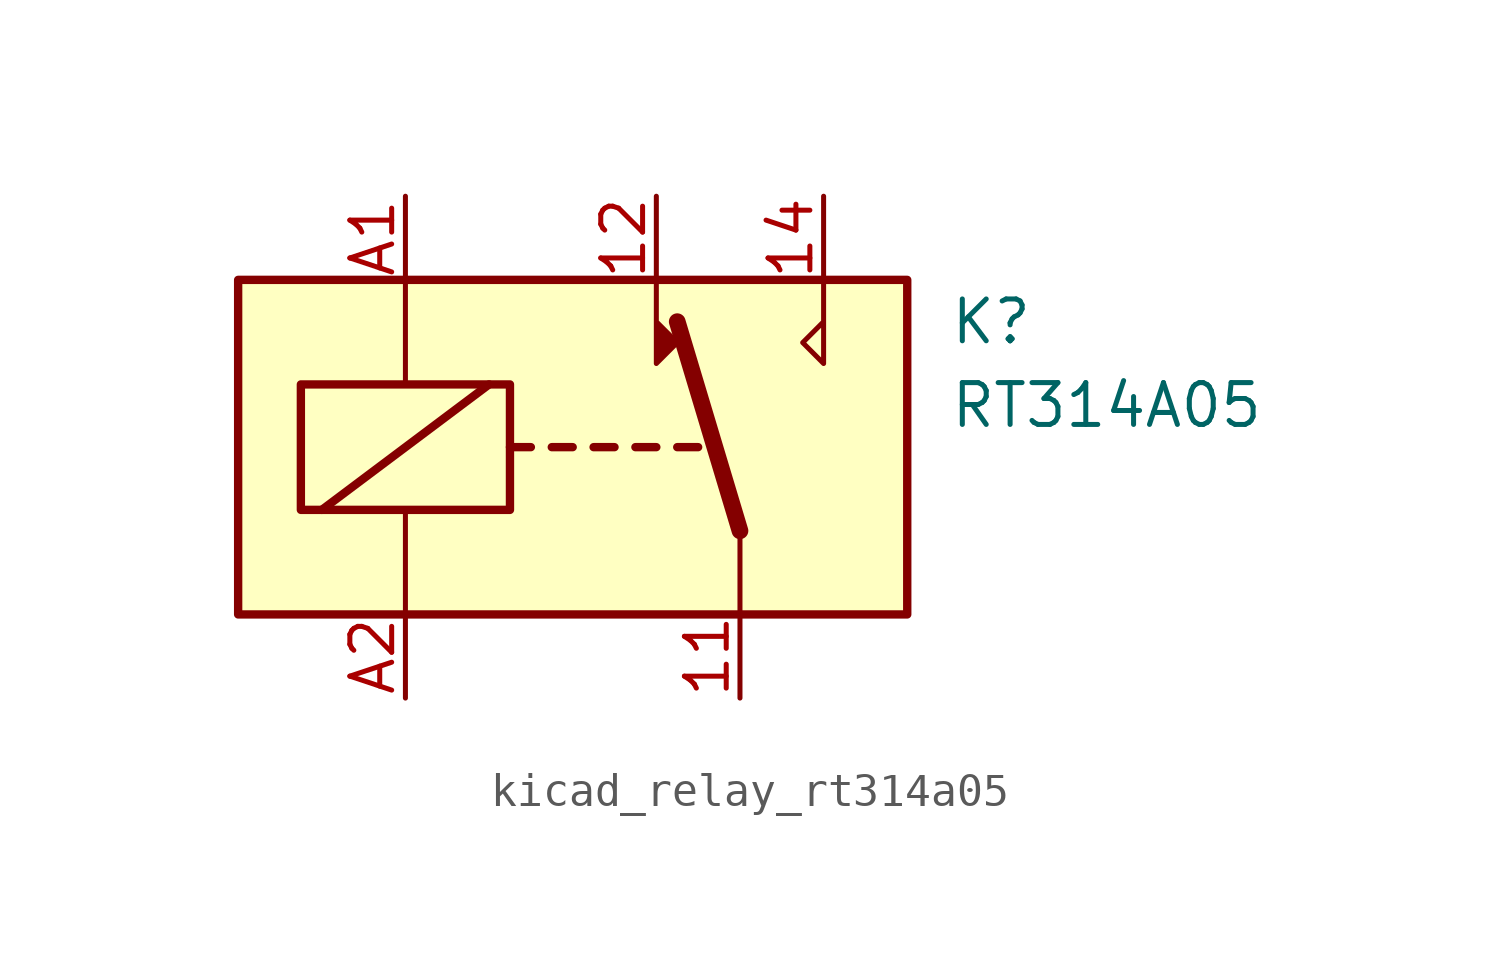
<source format=kicad_sym>
(kicad_symbol_lib
  (version 20220914)
  (generator kicad_symbol_editor)
  (symbol "kicad_relay_rt314a05"
    (property "Reference" "K"
      (at 11.43 3.81 0)
      (effects (font (size 1.27 1.27)) (justify left)))
    (property "Value" "RT314A05"
      (at 11.43 1.27 0)
      (effects (font (size 1.27 1.27)) (justify left)))
    (symbol "kicad_relay_rt314a05_0_0"
      (polyline (pts (xy -2.54 1.905) (xy -7.62 -1.905)) (stroke (width 0.254) (type default)) (fill (type none))))
    (symbol "kicad_relay_rt314a05_0_1"
      (rectangle (start -10.16 5.08) (end 10.16 -5.08) (stroke (width 0.254) (type default)) (fill (type background)))
      (rectangle (start -8.255 1.905) (end -1.905 -1.905) (stroke (width 0.254) (type default)) (fill (type none)))
      (polyline (pts (xy -5.08 -5.08) (xy -5.08 -1.905)) (stroke (width 0) (type default)) (fill (type none)))
      (polyline (pts (xy -5.08 5.08) (xy -5.08 1.905)) (stroke (width 0) (type default)) (fill (type none)))
      (polyline (pts (xy -1.905 0) (xy -1.27 0)) (stroke (width 0.254) (type default)) (fill (type none)))
      (polyline (pts (xy -0.635 0) (xy 0 0)) (stroke (width 0.254) (type default)) (fill (type none)))
      (polyline (pts (xy 0.635 0) (xy 1.27 0)) (stroke (width 0.254) (type default)) (fill (type none)))
      (polyline (pts (xy 1.905 0) (xy 2.54 0)) (stroke (width 0.254) (type default)) (fill (type none)))
      (polyline (pts (xy 3.175 0) (xy 3.81 0)) (stroke (width 0.254) (type default)) (fill (type none)))
      (polyline (pts (xy 5.08 -2.54) (xy 3.175 3.81)) (stroke (width 0.508) (type default)) (fill (type none)))
      (polyline (pts (xy 5.08 -2.54) (xy 5.08 -5.08)) (stroke (width 0) (type default)) (fill (type none)))
      (polyline (pts (xy 2.54 5.08) (xy 2.54 2.54) (xy 3.175 3.175) (xy 2.54 3.81)) (stroke (width 0) (type default)) (fill (type outline)))
      (polyline (pts (xy 7.62 5.08) (xy 7.62 2.54) (xy 6.985 3.175) (xy 7.62 3.81)) (stroke (width 0) (type default)) (fill (type none))))
    (symbol "kicad_relay_rt314a05_1_1"
      (pin passive line (at 5.08 -7.62 90) (length 2.54) (name "~" (effects (font (size 1.27 1.27)))) (number "11" (effects (font (size 1.27 1.27)))))
      (pin passive line (at 2.54 7.62 270) (length 2.54) (name "~" (effects (font (size 1.27 1.27)))) (number "12" (effects (font (size 1.27 1.27)))))
      (pin passive line (at 7.62 7.62 270) (length 2.54) (name "~" (effects (font (size 1.27 1.27)))) (number "14" (effects (font (size 1.27 1.27)))))
      (pin passive line (at -5.08 7.62 270) (length 2.54) (name "~" (effects (font (size 1.27 1.27)))) (number "A1" (effects (font (size 1.27 1.27)))))
      (pin passive line (at -5.08 -7.62 90) (length 2.54) (name "~" (effects (font (size 1.27 1.27)))) (number "A2" (effects (font (size 1.27 1.27))))))))
</source>
